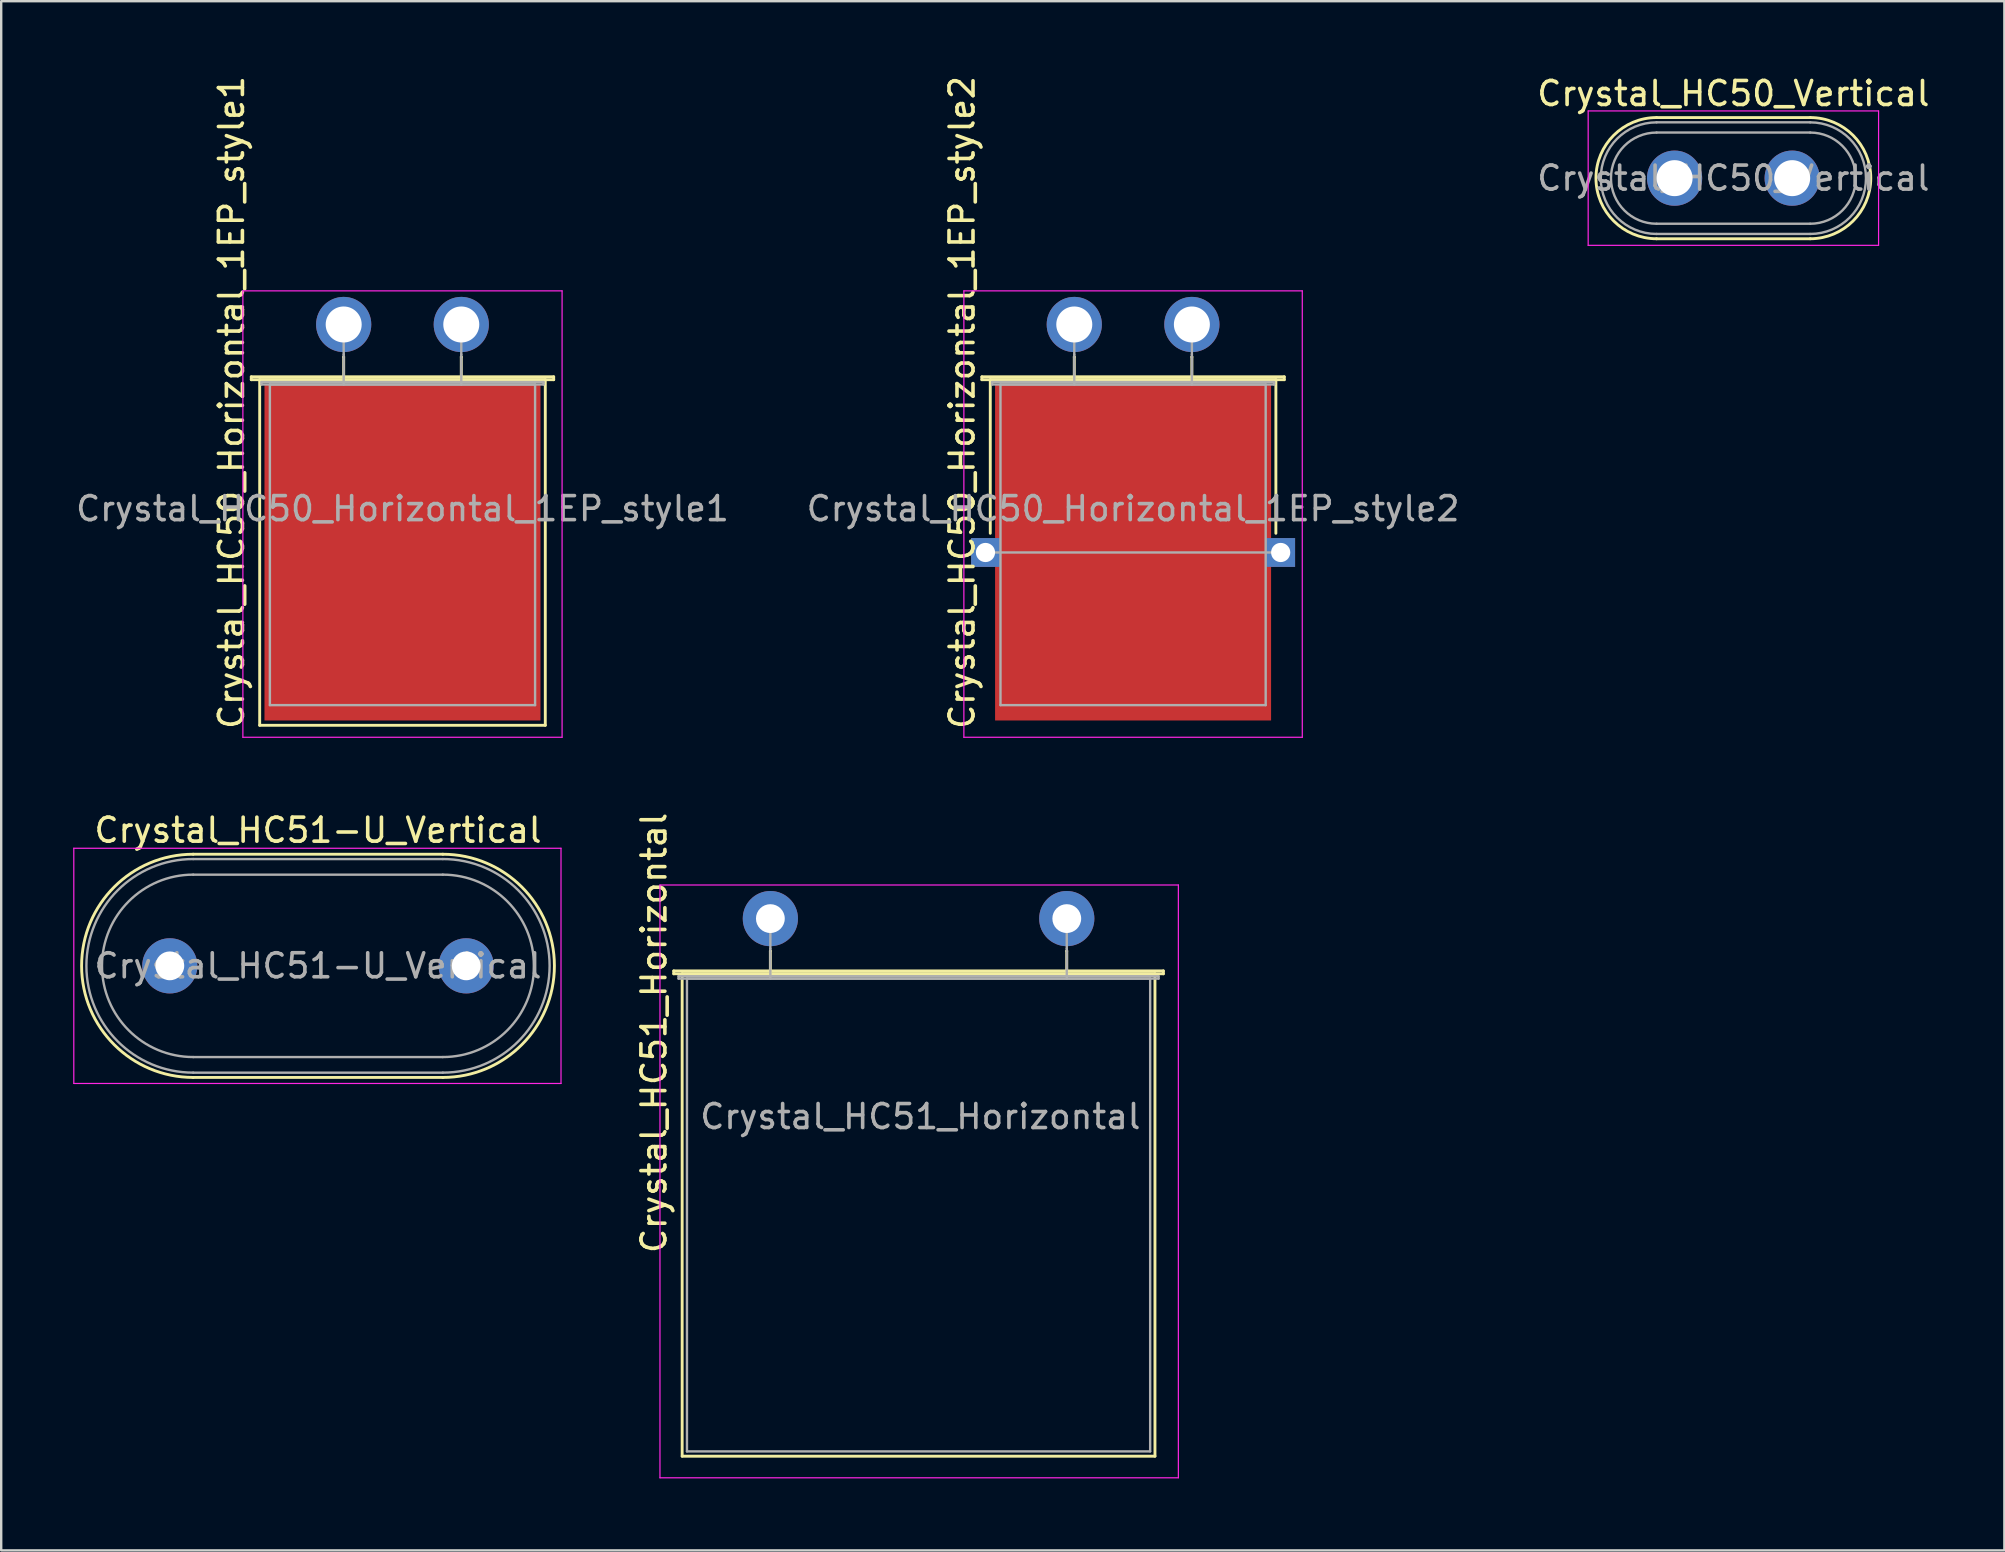
<source format=kicad_pcb>
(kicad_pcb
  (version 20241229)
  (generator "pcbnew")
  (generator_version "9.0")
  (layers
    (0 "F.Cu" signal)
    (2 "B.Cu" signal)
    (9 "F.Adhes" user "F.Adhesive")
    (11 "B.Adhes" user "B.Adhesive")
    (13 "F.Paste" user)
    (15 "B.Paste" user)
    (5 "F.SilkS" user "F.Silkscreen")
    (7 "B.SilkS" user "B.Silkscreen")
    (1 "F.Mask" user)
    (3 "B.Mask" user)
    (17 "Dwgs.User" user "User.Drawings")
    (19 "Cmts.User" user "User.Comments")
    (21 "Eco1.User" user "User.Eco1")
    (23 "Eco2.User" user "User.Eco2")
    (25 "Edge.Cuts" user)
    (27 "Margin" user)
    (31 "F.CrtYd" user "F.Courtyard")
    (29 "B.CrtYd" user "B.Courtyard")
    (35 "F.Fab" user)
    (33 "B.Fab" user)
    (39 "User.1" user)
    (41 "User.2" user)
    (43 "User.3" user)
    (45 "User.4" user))
  (footprint "Crystal_HC51-U_Vertical"
    (layer "F.Cu")
    (at 4.025 37.193)
    (property "Reference" "Crystal_HC51-U_Vertical" (at 6.175 -5.65 0) (layer "F.SilkS") (effects (font (size 1 1) (thickness 0.15))))
    (attr through_hole)
    (fp_line (start 0.975 -4.65) (end 11.375 -4.65) (stroke (width 0.12) (type solid)) (layer "F.SilkS"))
    (fp_line (start 0.975 4.65) (end 11.375 4.65) (stroke (width 0.12) (type solid)) (layer "F.SilkS"))
    (fp_arc (start 0.975 4.65) (mid -3.675 0) (end 0.975 -4.65) (stroke (width 0.12) (type solid)) (layer "F.SilkS"))
    (fp_arc (start 11.375 -4.65) (mid 16.025 0) (end 11.375 4.65) (stroke (width 0.12) (type solid)) (layer "F.SilkS"))
    (fp_line (start -4 -4.9) (end -4 4.9) (stroke (width 0.05) (type solid)) (layer "F.CrtYd"))
    (fp_line (start -4 4.9) (end 16.3 4.9) (stroke (width 0.05) (type solid)) (layer "F.CrtYd"))
    (fp_line (start 16.3 -4.9) (end -4 -4.9) (stroke (width 0.05) (type solid)) (layer "F.CrtYd"))
    (fp_line (start 16.3 4.9) (end 16.3 -4.9) (stroke (width 0.05) (type solid)) (layer "F.CrtYd"))
    (fp_line (start 0.975 -4.45) (end 11.375 -4.45) (stroke (width 0.1) (type solid)) (layer "F.Fab"))
    (fp_line (start 0.975 -3.8) (end 11.375 -3.8) (stroke (width 0.1) (type solid)) (layer "F.Fab"))
    (fp_line (start 0.975 3.8) (end 11.375 3.8) (stroke (width 0.1) (type solid)) (layer "F.Fab"))
    (fp_line (start 0.975 4.45) (end 11.375 4.45) (stroke (width 0.1) (type solid)) (layer "F.Fab"))
    (fp_arc (start 0.975 3.8) (mid -2.825 0) (end 0.975 -3.8) (stroke (width 0.1) (type solid)) (layer "F.Fab"))
    (fp_arc (start 0.975 4.45) (mid -3.475 0) (end 0.975 -4.45) (stroke (width 0.1) (type solid)) (layer "F.Fab"))
    (fp_arc (start 11.375 -4.45) (mid 15.825 0) (end 11.375 4.45) (stroke (width 0.1) (type solid)) (layer "F.Fab"))
    (fp_arc (start 11.375 -3.8) (mid 15.175 0) (end 11.375 3.8) (stroke (width 0.1) (type solid)) (layer "F.Fab"))
    (fp_text user "${REFERENCE}" (at 6.175 0 0) (layer "F.Fab") (effects (font (size 1 1) (thickness 0.15))))
    (pad "1" thru_hole circle (at 0 0) (size 2.3 2.3) (drill 1.2) (layers "*.Cu" "*.Mask"))
    (pad "2" thru_hole circle (at 12.35 0) (size 2.3 2.3) (drill 1.2) (layers "*.Cu" "*.Mask")))
  (footprint "Crystal_HC50_Vertical"
    (layer "F.Cu")
    (at 66.723 4.373)
    (property "Reference" "Crystal_HC50_Vertical" (at 2.45 -3.525 0) (layer "F.SilkS") (effects (font (size 1 1) (thickness 0.15))))
    (attr through_hole)
    (fp_line (start -0.75 -2.525) (end 5.65 -2.525) (stroke (width 0.12) (type solid)) (layer "F.SilkS"))
    (fp_line (start -0.75 2.525) (end 5.65 2.525) (stroke (width 0.12) (type solid)) (layer "F.SilkS"))
    (fp_arc (start -0.75 2.525) (mid -3.275 0) (end -0.75 -2.525) (stroke (width 0.12) (type solid)) (layer "F.SilkS"))
    (fp_arc (start 5.65 -2.525) (mid 8.175 0) (end 5.65 2.525) (stroke (width 0.12) (type solid)) (layer "F.SilkS"))
    (fp_line (start -3.6 -2.8) (end -3.6 2.8) (stroke (width 0.05) (type solid)) (layer "F.CrtYd"))
    (fp_line (start -3.6 2.8) (end 8.5 2.8) (stroke (width 0.05) (type solid)) (layer "F.CrtYd"))
    (fp_line (start 8.5 -2.8) (end -3.6 -2.8) (stroke (width 0.05) (type solid)) (layer "F.CrtYd"))
    (fp_line (start 8.5 2.8) (end 8.5 -2.8) (stroke (width 0.05) (type solid)) (layer "F.CrtYd"))
    (fp_line (start -0.75 -2.325) (end 5.65 -2.325) (stroke (width 0.1) (type solid)) (layer "F.Fab"))
    (fp_line (start -0.75 -1.9) (end 5.65 -1.9) (stroke (width 0.1) (type solid)) (layer "F.Fab"))
    (fp_line (start -0.75 1.9) (end 5.65 1.9) (stroke (width 0.1) (type solid)) (layer "F.Fab"))
    (fp_line (start -0.75 2.325) (end 5.65 2.325) (stroke (width 0.1) (type solid)) (layer "F.Fab"))
    (fp_arc (start -0.75 1.9) (mid -2.65 0) (end -0.75 -1.9) (stroke (width 0.1) (type solid)) (layer "F.Fab"))
    (fp_arc (start -0.75 2.325) (mid -3.075 0) (end -0.75 -2.325) (stroke (width 0.1) (type solid)) (layer "F.Fab"))
    (fp_arc (start 5.65 -2.325) (mid 7.975 0) (end 5.65 2.325) (stroke (width 0.1) (type solid)) (layer "F.Fab"))
    (fp_arc (start 5.65 -1.9) (mid 7.55 0) (end 5.65 1.9) (stroke (width 0.1) (type solid)) (layer "F.Fab"))
    (fp_text user "${REFERENCE}" (at 2.45 0 0) (layer "F.Fab") (effects (font (size 1 1) (thickness 0.15))))
    (pad "1" thru_hole circle (at 0 0) (size 2.3 2.3) (drill 1.5) (layers "*.Cu" "*.Mask"))
    (pad "2" thru_hole circle (at 4.9 0) (size 2.3 2.3) (drill 1.5) (layers "*.Cu" "*.Mask")))
  (footprint "Crystal_HC50_Horizontal_1EP_style1"
    (layer "F.Cu")
    (at 11.27 10.47)
    (property "Reference" "Crystal_HC50_Horizontal_1EP_style1" (at -4.675 3.25 90) (layer "F.SilkS") (effects (font (size 1 1) (thickness 0.15))))
    (attr through_hole)
    (fp_line (start -3.85 2.18) (end 8.75 2.18) (stroke (width 0.12) (type solid)) (layer "F.SilkS"))
    (fp_line (start -3.85 2.3) (end -3.85 2.18) (stroke (width 0.12) (type solid)) (layer "F.SilkS"))
    (fp_line (start -3.5 2.3) (end -3.5 16.7) (stroke (width 0.12) (type solid)) (layer "F.SilkS"))
    (fp_line (start -3.5 16.7) (end 8.4 16.7) (stroke (width 0.12) (type solid)) (layer "F.SilkS"))
    (fp_line (start 0 1.35) (end 0 1.35) (stroke (width 0.12) (type solid)) (layer "F.SilkS"))
    (fp_line (start 0 2.3) (end 0 1.35) (stroke (width 0.12) (type solid)) (layer "F.SilkS"))
    (fp_line (start 4.9 1.35) (end 4.9 1.35) (stroke (width 0.12) (type solid)) (layer "F.SilkS"))
    (fp_line (start 4.9 2.3) (end 4.9 1.35) (stroke (width 0.12) (type solid)) (layer "F.SilkS"))
    (fp_line (start 8.4 2.3) (end -3.5 2.3) (stroke (width 0.12) (type solid)) (layer "F.SilkS"))
    (fp_line (start 8.4 16.7) (end 8.4 2.3) (stroke (width 0.12) (type solid)) (layer "F.SilkS"))
    (fp_line (start 8.75 2.18) (end 8.75 2.3) (stroke (width 0.12) (type solid)) (layer "F.SilkS"))
    (fp_line (start 8.75 2.3) (end -3.85 2.3) (stroke (width 0.12) (type solid)) (layer "F.SilkS"))
    (fp_line (start -4.2 -1.4) (end -4.2 17.2) (stroke (width 0.05) (type solid)) (layer "F.CrtYd"))
    (fp_line (start -4.2 17.2) (end 9.1 17.2) (stroke (width 0.05) (type solid)) (layer "F.CrtYd"))
    (fp_line (start 9.1 -1.4) (end -4.2 -1.4) (stroke (width 0.05) (type solid)) (layer "F.CrtYd"))
    (fp_line (start 9.1 17.2) (end 9.1 -1.4) (stroke (width 0.05) (type solid)) (layer "F.CrtYd"))
    (fp_line (start -3.425 2.4) (end 8.325 2.4) (stroke (width 0.1) (type solid)) (layer "F.Fab"))
    (fp_line (start -3.425 2.5) (end -3.425 2.4) (stroke (width 0.1) (type solid)) (layer "F.Fab"))
    (fp_line (start -3.075 2.5) (end -3.075 15.86) (stroke (width 0.1) (type solid)) (layer "F.Fab"))
    (fp_line (start -3.075 15.86) (end 7.975 15.86) (stroke (width 0.1) (type solid)) (layer "F.Fab"))
    (fp_line (start 0 1.25) (end 0 0) (stroke (width 0.1) (type solid)) (layer "F.Fab"))
    (fp_line (start 0 2.5) (end 0 1.25) (stroke (width 0.1) (type solid)) (layer "F.Fab"))
    (fp_line (start 4.9 1.25) (end 4.9 0) (stroke (width 0.1) (type solid)) (layer "F.Fab"))
    (fp_line (start 4.9 2.5) (end 4.9 1.25) (stroke (width 0.1) (type solid)) (layer "F.Fab"))
    (fp_line (start 7.975 2.5) (end -3.075 2.5) (stroke (width 0.1) (type solid)) (layer "F.Fab"))
    (fp_line (start 7.975 15.86) (end 7.975 2.5) (stroke (width 0.1) (type solid)) (layer "F.Fab"))
    (fp_line (start 8.325 2.4) (end 8.325 2.5) (stroke (width 0.1) (type solid)) (layer "F.Fab"))
    (fp_line (start 8.325 2.5) (end -3.425 2.5) (stroke (width 0.1) (type solid)) (layer "F.Fab"))
    (fp_text user "${REFERENCE}" (at 2.45 7.675 0) (layer "F.Fab") (effects (font (size 1 1) (thickness 0.15))))
    (pad "1" thru_hole circle (at 0 0) (size 2.3 2.3) (drill 1.5) (layers "*.Cu" "*.Mask"))
    (pad "2" thru_hole circle (at 4.9 0) (size 2.3 2.3) (drill 1.5) (layers "*.Cu" "*.Mask"))
    (pad "3" smd rect (at 2.45 9.5) (size 11.5 14) (layers "F.Cu" "F.Mask" "F.Paste")))
  (footprint "Crystal_HC51_Horizontal"
    (layer "F.Cu")
    (at 29.048 35.224)
    (property "Reference" "Crystal_HC51_Horizontal" (at -4.85 4.763 90) (layer "F.SilkS") (effects (font (size 1 1) (thickness 0.15))))
    (attr through_hole)
    (fp_line (start -4.025 2.18) (end 16.375 2.18) (stroke (width 0.12) (type solid)) (layer "F.SilkS"))
    (fp_line (start -4.025 2.3) (end -4.025 2.18) (stroke (width 0.12) (type solid)) (layer "F.SilkS"))
    (fp_line (start -3.675 2.3) (end -3.675 22.4) (stroke (width 0.12) (type solid)) (layer "F.SilkS"))
    (fp_line (start -3.675 22.4) (end 16.025 22.4) (stroke (width 0.12) (type solid)) (layer "F.SilkS"))
    (fp_line (start 0 1.35) (end 0 1.35) (stroke (width 0.12) (type solid)) (layer "F.SilkS"))
    (fp_line (start 0 2.3) (end 0 1.35) (stroke (width 0.12) (type solid)) (layer "F.SilkS"))
    (fp_line (start 12.35 1.35) (end 12.35 1.35) (stroke (width 0.12) (type solid)) (layer "F.SilkS"))
    (fp_line (start 12.35 2.3) (end 12.35 1.35) (stroke (width 0.12) (type solid)) (layer "F.SilkS"))
    (fp_line (start 16.025 2.3) (end -3.675 2.3) (stroke (width 0.12) (type solid)) (layer "F.SilkS"))
    (fp_line (start 16.025 22.4) (end 16.025 2.3) (stroke (width 0.12) (type solid)) (layer "F.SilkS"))
    (fp_line (start 16.375 2.18) (end 16.375 2.3) (stroke (width 0.12) (type solid)) (layer "F.SilkS"))
    (fp_line (start 16.375 2.3) (end -4.025 2.3) (stroke (width 0.12) (type solid)) (layer "F.SilkS"))
    (fp_line (start -4.6 -1.4) (end -4.6 23.3) (stroke (width 0.05) (type solid)) (layer "F.CrtYd"))
    (fp_line (start -4.6 23.3) (end 17 23.3) (stroke (width 0.05) (type solid)) (layer "F.CrtYd"))
    (fp_line (start 17 -1.4) (end -4.6 -1.4) (stroke (width 0.05) (type solid)) (layer "F.CrtYd"))
    (fp_line (start 17 23.3) (end 17 -1.4) (stroke (width 0.05) (type solid)) (layer "F.CrtYd"))
    (fp_line (start -3.825 2.4) (end 16.175 2.4) (stroke (width 0.1) (type solid)) (layer "F.Fab"))
    (fp_line (start -3.825 2.5) (end -3.825 2.4) (stroke (width 0.1) (type solid)) (layer "F.Fab"))
    (fp_line (start -3.475 2.5) (end -3.475 22.2) (stroke (width 0.1) (type solid)) (layer "F.Fab"))
    (fp_line (start -3.475 22.2) (end 15.825 22.2) (stroke (width 0.1) (type solid)) (layer "F.Fab"))
    (fp_line (start 0 1.25) (end 0 0) (stroke (width 0.1) (type solid)) (layer "F.Fab"))
    (fp_line (start 0 2.5) (end 0 1.25) (stroke (width 0.1) (type solid)) (layer "F.Fab"))
    (fp_line (start 12.35 1.25) (end 12.35 0) (stroke (width 0.1) (type solid)) (layer "F.Fab"))
    (fp_line (start 12.35 2.5) (end 12.35 1.25) (stroke (width 0.1) (type solid)) (layer "F.Fab"))
    (fp_line (start 15.825 2.5) (end -3.475 2.5) (stroke (width 0.1) (type solid)) (layer "F.Fab"))
    (fp_line (start 15.825 22.2) (end 15.825 2.5) (stroke (width 0.1) (type solid)) (layer "F.Fab"))
    (fp_line (start 16.175 2.4) (end 16.175 2.5) (stroke (width 0.1) (type solid)) (layer "F.Fab"))
    (fp_line (start 16.175 2.5) (end -3.825 2.5) (stroke (width 0.1) (type solid)) (layer "F.Fab"))
    (fp_text user "${REFERENCE}" (at 6.25 8.25 0) (layer "F.Fab") (effects (font (size 1 1) (thickness 0.15))))
    (pad "1" thru_hole circle (at 0 0) (size 2.3 2.3) (drill 1.2) (layers "*.Cu" "*.Mask"))
    (pad "2" thru_hole circle (at 12.35 0) (size 2.3 2.3) (drill 1.2) (layers "*.Cu" "*.Mask")))
  (footprint "Crystal_HC50_Horizontal_1EP_style2"
    (layer "F.Cu")
    (at 41.711 10.47)
    (property "Reference" "Crystal_HC50_Horizontal_1EP_style2" (at -4.675 3.25 90) (layer "F.SilkS") (effects (font (size 1 1) (thickness 0.15))))
    (attr through_hole)
    (fp_line (start -3.85 2.18) (end 8.75 2.18) (stroke (width 0.12) (type solid)) (layer "F.SilkS"))
    (fp_line (start -3.85 2.3) (end -3.85 2.18) (stroke (width 0.12) (type solid)) (layer "F.SilkS"))
    (fp_line (start -3.5 2.3) (end 8.4 2.3) (stroke (width 0.12) (type solid)) (layer "F.SilkS"))
    (fp_line (start -3.5 8.7) (end -3.5 2.3) (stroke (width 0.12) (type solid)) (layer "F.SilkS"))
    (fp_line (start 0 1.35) (end 0 1.35) (stroke (width 0.12) (type solid)) (layer "F.SilkS"))
    (fp_line (start 0 2.3) (end 0 1.35) (stroke (width 0.12) (type solid)) (layer "F.SilkS"))
    (fp_line (start 4.9 1.35) (end 4.9 1.35) (stroke (width 0.12) (type solid)) (layer "F.SilkS"))
    (fp_line (start 4.9 2.3) (end 4.9 1.35) (stroke (width 0.12) (type solid)) (layer "F.SilkS"))
    (fp_line (start 8.4 2.3) (end 8.4 8.7) (stroke (width 0.12) (type solid)) (layer "F.SilkS"))
    (fp_line (start 8.75 2.18) (end 8.75 2.3) (stroke (width 0.12) (type solid)) (layer "F.SilkS"))
    (fp_line (start 8.75 2.3) (end -3.85 2.3) (stroke (width 0.12) (type solid)) (layer "F.SilkS"))
    (fp_line (start -4.6 -1.4) (end -4.6 17.2) (stroke (width 0.05) (type solid)) (layer "F.CrtYd"))
    (fp_line (start -4.6 17.2) (end 9.5 17.2) (stroke (width 0.05) (type solid)) (layer "F.CrtYd"))
    (fp_line (start 9.5 -1.4) (end -4.6 -1.4) (stroke (width 0.05) (type solid)) (layer "F.CrtYd"))
    (fp_line (start 9.5 17.2) (end 9.5 -1.4) (stroke (width 0.05) (type solid)) (layer "F.CrtYd"))
    (fp_line (start -3.7 9.5) (end 8.6 9.5) (stroke (width 0.1) (type solid)) (layer "F.Fab"))
    (fp_line (start -3.425 2.4) (end 8.325 2.4) (stroke (width 0.1) (type solid)) (layer "F.Fab"))
    (fp_line (start -3.425 2.5) (end -3.425 2.4) (stroke (width 0.1) (type solid)) (layer "F.Fab"))
    (fp_line (start -3.075 2.5) (end -3.075 15.86) (stroke (width 0.1) (type solid)) (layer "F.Fab"))
    (fp_line (start -3.075 15.86) (end 7.975 15.86) (stroke (width 0.1) (type solid)) (layer "F.Fab"))
    (fp_line (start 0 1.25) (end 0 0) (stroke (width 0.1) (type solid)) (layer "F.Fab"))
    (fp_line (start 0 2.5) (end 0 1.25) (stroke (width 0.1) (type solid)) (layer "F.Fab"))
    (fp_line (start 4.9 1.25) (end 4.9 0) (stroke (width 0.1) (type solid)) (layer "F.Fab"))
    (fp_line (start 4.9 2.5) (end 4.9 1.25) (stroke (width 0.1) (type solid)) (layer "F.Fab"))
    (fp_line (start 7.975 2.5) (end -3.075 2.5) (stroke (width 0.1) (type solid)) (layer "F.Fab"))
    (fp_line (start 7.975 15.86) (end 7.975 2.5) (stroke (width 0.1) (type solid)) (layer "F.Fab"))
    (fp_line (start 8.325 2.4) (end 8.325 2.5) (stroke (width 0.1) (type solid)) (layer "F.Fab"))
    (fp_line (start 8.325 2.5) (end -3.425 2.5) (stroke (width 0.1) (type solid)) (layer "F.Fab"))
    (fp_text user "${REFERENCE}" (at 2.45 7.675 0) (layer "F.Fab") (effects (font (size 1 1) (thickness 0.15))))
    (pad "1" thru_hole circle (at 0 0) (size 2.3 2.3) (drill 1.5) (layers "*.Cu" "*.Mask"))
    (pad "2" thru_hole circle (at 4.9 0) (size 2.3 2.3) (drill 1.5) (layers "*.Cu" "*.Mask"))
    (pad "3" thru_hole rect (at -3.7 9.5) (size 1.2 1.2) (drill 0.8) (layers "*.Cu" "*.Mask"))
    (pad "3" smd rect (at 2.45 9.5) (size 11.5 14) (layers "F.Cu" "F.Mask" "F.Paste"))
    (pad "3" thru_hole rect (at 8.6 9.5) (size 1.2 1.2) (drill 0.8) (layers "*.Cu" "*.Mask")))
  (gr_rect
    (start -3 -3)
    (end 80.464 61.549)
    (stroke (width 0.1) (type default))
    (fill no)
    (layer "Edge.Cuts")))
</source>
